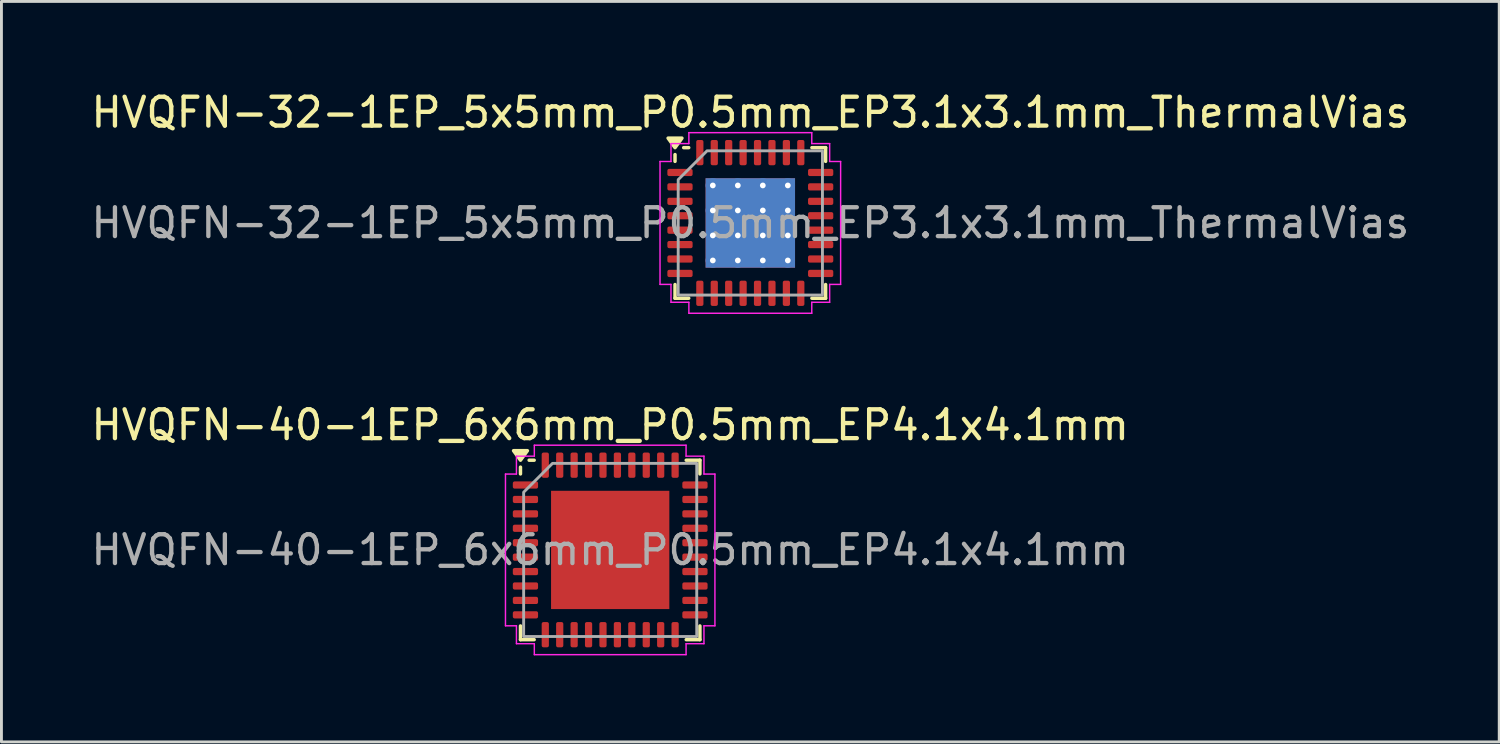
<source format=kicad_pcb>
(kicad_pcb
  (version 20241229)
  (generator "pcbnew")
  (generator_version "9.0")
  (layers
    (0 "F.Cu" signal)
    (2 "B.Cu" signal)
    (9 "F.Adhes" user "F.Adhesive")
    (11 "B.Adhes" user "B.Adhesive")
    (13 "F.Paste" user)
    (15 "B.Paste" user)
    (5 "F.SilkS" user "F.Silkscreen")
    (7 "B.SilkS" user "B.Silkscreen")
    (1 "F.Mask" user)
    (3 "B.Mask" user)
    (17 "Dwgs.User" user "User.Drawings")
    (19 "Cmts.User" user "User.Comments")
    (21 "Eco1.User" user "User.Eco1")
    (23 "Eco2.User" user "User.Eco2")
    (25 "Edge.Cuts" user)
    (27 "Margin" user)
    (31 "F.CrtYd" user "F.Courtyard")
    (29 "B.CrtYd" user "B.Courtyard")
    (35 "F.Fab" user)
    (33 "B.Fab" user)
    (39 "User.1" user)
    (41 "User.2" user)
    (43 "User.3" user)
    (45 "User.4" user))
  (footprint "HVQFN-40-1EP_6x6mm_P0.5mm_EP4.1x4.1mm"
    (layer "F.Cu")
    (at 18.101 16.012)
    (property "Reference" "HVQFN-40-1EP_6x6mm_P0.5mm_EP4.1x4.1mm" (at 0 -4.33 0) (layer "F.SilkS") (effects (font (size 1 1) (thickness 0.15))))
    (attr smd)
    (fp_line (start -3.11 -2.635) (end -3.11 -2.87) (stroke (width 0.12) (type solid)) (layer "F.SilkS"))
    (fp_line (start -3.11 3.11) (end -3.11 2.635) (stroke (width 0.12) (type solid)) (layer "F.SilkS"))
    (fp_line (start -2.635 -3.11) (end -2.81 -3.11) (stroke (width 0.12) (type solid)) (layer "F.SilkS"))
    (fp_line (start -2.635 3.11) (end -3.11 3.11) (stroke (width 0.12) (type solid)) (layer "F.SilkS"))
    (fp_line (start 2.635 -3.11) (end 3.11 -3.11) (stroke (width 0.12) (type solid)) (layer "F.SilkS"))
    (fp_line (start 2.635 3.11) (end 3.11 3.11) (stroke (width 0.12) (type solid)) (layer "F.SilkS"))
    (fp_line (start 3.11 -3.11) (end 3.11 -2.635) (stroke (width 0.12) (type solid)) (layer "F.SilkS"))
    (fp_line (start 3.11 3.11) (end 3.11 2.635) (stroke (width 0.12) (type solid)) (layer "F.SilkS"))
    (fp_poly (pts (xy -3.11 -3.11) (xy -3.35 -3.44) (xy -2.87 -3.44)) (stroke (width 0.12) (type solid)) (fill yes) (layer "F.SilkS"))
    (fp_line (start -3.63 -2.63) (end -3.25 -2.63) (stroke (width 0.05) (type solid)) (layer "F.CrtYd"))
    (fp_line (start -3.63 2.63) (end -3.63 -2.63) (stroke (width 0.05) (type solid)) (layer "F.CrtYd"))
    (fp_line (start -3.25 -3.25) (end -2.63 -3.25) (stroke (width 0.05) (type solid)) (layer "F.CrtYd"))
    (fp_line (start -3.25 -2.63) (end -3.25 -3.25) (stroke (width 0.05) (type solid)) (layer "F.CrtYd"))
    (fp_line (start -3.25 2.63) (end -3.63 2.63) (stroke (width 0.05) (type solid)) (layer "F.CrtYd"))
    (fp_line (start -3.25 3.25) (end -3.25 2.63) (stroke (width 0.05) (type solid)) (layer "F.CrtYd"))
    (fp_line (start -2.63 -3.63) (end 2.63 -3.63) (stroke (width 0.05) (type solid)) (layer "F.CrtYd"))
    (fp_line (start -2.63 -3.25) (end -2.63 -3.63) (stroke (width 0.05) (type solid)) (layer "F.CrtYd"))
    (fp_line (start -2.63 3.25) (end -3.25 3.25) (stroke (width 0.05) (type solid)) (layer "F.CrtYd"))
    (fp_line (start -2.63 3.63) (end -2.63 3.25) (stroke (width 0.05) (type solid)) (layer "F.CrtYd"))
    (fp_line (start 2.63 -3.63) (end 2.63 -3.25) (stroke (width 0.05) (type solid)) (layer "F.CrtYd"))
    (fp_line (start 2.63 -3.25) (end 3.25 -3.25) (stroke (width 0.05) (type solid)) (layer "F.CrtYd"))
    (fp_line (start 2.63 3.25) (end 2.63 3.63) (stroke (width 0.05) (type solid)) (layer "F.CrtYd"))
    (fp_line (start 2.63 3.63) (end -2.63 3.63) (stroke (width 0.05) (type solid)) (layer "F.CrtYd"))
    (fp_line (start 3.25 -3.25) (end 3.25 -2.63) (stroke (width 0.05) (type solid)) (layer "F.CrtYd"))
    (fp_line (start 3.25 -2.63) (end 3.63 -2.63) (stroke (width 0.05) (type solid)) (layer "F.CrtYd"))
    (fp_line (start 3.25 2.63) (end 3.25 3.25) (stroke (width 0.05) (type solid)) (layer "F.CrtYd"))
    (fp_line (start 3.25 3.25) (end 2.63 3.25) (stroke (width 0.05) (type solid)) (layer "F.CrtYd"))
    (fp_line (start 3.63 -2.63) (end 3.63 2.63) (stroke (width 0.05) (type solid)) (layer "F.CrtYd"))
    (fp_line (start 3.63 2.63) (end 3.25 2.63) (stroke (width 0.05) (type solid)) (layer "F.CrtYd"))
    (fp_poly (pts (xy -3 -2) (xy -3 3) (xy 3 3) (xy 3 -3) (xy -2 -3)) (stroke (width 0.1) (type solid)) (fill no) (layer "F.Fab"))
    (fp_text user "${REFERENCE}" (at 0 0 0) (layer "F.Fab") (effects (font (size 1 1) (thickness 0.15))))
    (pad "" smd roundrect (at -1.37 -1.37) (size 1.1 1.1) (layers "F.Paste") (roundrect_rratio 0.227))
    (pad "" smd roundrect (at -1.37 0) (size 1.1 1.1) (layers "F.Paste") (roundrect_rratio 0.227))
    (pad "" smd roundrect (at -1.37 1.37) (size 1.1 1.1) (layers "F.Paste") (roundrect_rratio 0.227))
    (pad "" smd roundrect (at 0 -1.37) (size 1.1 1.1) (layers "F.Paste") (roundrect_rratio 0.227))
    (pad "" smd roundrect (at 0 0) (size 1.1 1.1) (layers "F.Paste") (roundrect_rratio 0.227))
    (pad "" smd roundrect (at 0 1.37) (size 1.1 1.1) (layers "F.Paste") (roundrect_rratio 0.227))
    (pad "" smd roundrect (at 1.37 -1.37) (size 1.1 1.1) (layers "F.Paste") (roundrect_rratio 0.227))
    (pad "" smd roundrect (at 1.37 0) (size 1.1 1.1) (layers "F.Paste") (roundrect_rratio 0.227))
    (pad "" smd roundrect (at 1.37 1.37) (size 1.1 1.1) (layers "F.Paste") (roundrect_rratio 0.227))
    (pad "1" smd roundrect (at -2.938 -2.25) (size 0.875 0.25) (layers "F.Cu" "F.Mask" "F.Paste") (roundrect_rratio 0.25))
    (pad "2" smd roundrect (at -2.938 -1.75) (size 0.875 0.25) (layers "F.Cu" "F.Mask" "F.Paste") (roundrect_rratio 0.25))
    (pad "3" smd roundrect (at -2.938 -1.25) (size 0.875 0.25) (layers "F.Cu" "F.Mask" "F.Paste") (roundrect_rratio 0.25))
    (pad "4" smd roundrect (at -2.938 -0.75) (size 0.875 0.25) (layers "F.Cu" "F.Mask" "F.Paste") (roundrect_rratio 0.25))
    (pad "5" smd roundrect (at -2.938 -0.25) (size 0.875 0.25) (layers "F.Cu" "F.Mask" "F.Paste") (roundrect_rratio 0.25))
    (pad "6" smd roundrect (at -2.938 0.25) (size 0.875 0.25) (layers "F.Cu" "F.Mask" "F.Paste") (roundrect_rratio 0.25))
    (pad "7" smd roundrect (at -2.938 0.75) (size 0.875 0.25) (layers "F.Cu" "F.Mask" "F.Paste") (roundrect_rratio 0.25))
    (pad "8" smd roundrect (at -2.938 1.25) (size 0.875 0.25) (layers "F.Cu" "F.Mask" "F.Paste") (roundrect_rratio 0.25))
    (pad "9" smd roundrect (at -2.938 1.75) (size 0.875 0.25) (layers "F.Cu" "F.Mask" "F.Paste") (roundrect_rratio 0.25))
    (pad "10" smd roundrect (at -2.938 2.25) (size 0.875 0.25) (layers "F.Cu" "F.Mask" "F.Paste") (roundrect_rratio 0.25))
    (pad "11" smd roundrect (at -2.25 2.938) (size 0.25 0.875) (layers "F.Cu" "F.Mask" "F.Paste") (roundrect_rratio 0.25))
    (pad "12" smd roundrect (at -1.75 2.938) (size 0.25 0.875) (layers "F.Cu" "F.Mask" "F.Paste") (roundrect_rratio 0.25))
    (pad "13" smd roundrect (at -1.25 2.938) (size 0.25 0.875) (layers "F.Cu" "F.Mask" "F.Paste") (roundrect_rratio 0.25))
    (pad "14" smd roundrect (at -0.75 2.938) (size 0.25 0.875) (layers "F.Cu" "F.Mask" "F.Paste") (roundrect_rratio 0.25))
    (pad "15" smd roundrect (at -0.25 2.938) (size 0.25 0.875) (layers "F.Cu" "F.Mask" "F.Paste") (roundrect_rratio 0.25))
    (pad "16" smd roundrect (at 0.25 2.938) (size 0.25 0.875) (layers "F.Cu" "F.Mask" "F.Paste") (roundrect_rratio 0.25))
    (pad "17" smd roundrect (at 0.75 2.938) (size 0.25 0.875) (layers "F.Cu" "F.Mask" "F.Paste") (roundrect_rratio 0.25))
    (pad "18" smd roundrect (at 1.25 2.938) (size 0.25 0.875) (layers "F.Cu" "F.Mask" "F.Paste") (roundrect_rratio 0.25))
    (pad "19" smd roundrect (at 1.75 2.938) (size 0.25 0.875) (layers "F.Cu" "F.Mask" "F.Paste") (roundrect_rratio 0.25))
    (pad "20" smd roundrect (at 2.25 2.938) (size 0.25 0.875) (layers "F.Cu" "F.Mask" "F.Paste") (roundrect_rratio 0.25))
    (pad "21" smd roundrect (at 2.938 2.25) (size 0.875 0.25) (layers "F.Cu" "F.Mask" "F.Paste") (roundrect_rratio 0.25))
    (pad "22" smd roundrect (at 2.938 1.75) (size 0.875 0.25) (layers "F.Cu" "F.Mask" "F.Paste") (roundrect_rratio 0.25))
    (pad "23" smd roundrect (at 2.938 1.25) (size 0.875 0.25) (layers "F.Cu" "F.Mask" "F.Paste") (roundrect_rratio 0.25))
    (pad "24" smd roundrect (at 2.938 0.75) (size 0.875 0.25) (layers "F.Cu" "F.Mask" "F.Paste") (roundrect_rratio 0.25))
    (pad "25" smd roundrect (at 2.938 0.25) (size 0.875 0.25) (layers "F.Cu" "F.Mask" "F.Paste") (roundrect_rratio 0.25))
    (pad "26" smd roundrect (at 2.938 -0.25) (size 0.875 0.25) (layers "F.Cu" "F.Mask" "F.Paste") (roundrect_rratio 0.25))
    (pad "27" smd roundrect (at 2.938 -0.75) (size 0.875 0.25) (layers "F.Cu" "F.Mask" "F.Paste") (roundrect_rratio 0.25))
    (pad "28" smd roundrect (at 2.938 -1.25) (size 0.875 0.25) (layers "F.Cu" "F.Mask" "F.Paste") (roundrect_rratio 0.25))
    (pad "29" smd roundrect (at 2.938 -1.75) (size 0.875 0.25) (layers "F.Cu" "F.Mask" "F.Paste") (roundrect_rratio 0.25))
    (pad "30" smd roundrect (at 2.938 -2.25) (size 0.875 0.25) (layers "F.Cu" "F.Mask" "F.Paste") (roundrect_rratio 0.25))
    (pad "31" smd roundrect (at 2.25 -2.938) (size 0.25 0.875) (layers "F.Cu" "F.Mask" "F.Paste") (roundrect_rratio 0.25))
    (pad "32" smd roundrect (at 1.75 -2.938) (size 0.25 0.875) (layers "F.Cu" "F.Mask" "F.Paste") (roundrect_rratio 0.25))
    (pad "33" smd roundrect (at 1.25 -2.938) (size 0.25 0.875) (layers "F.Cu" "F.Mask" "F.Paste") (roundrect_rratio 0.25))
    (pad "34" smd roundrect (at 0.75 -2.938) (size 0.25 0.875) (layers "F.Cu" "F.Mask" "F.Paste") (roundrect_rratio 0.25))
    (pad "35" smd roundrect (at 0.25 -2.938) (size 0.25 0.875) (layers "F.Cu" "F.Mask" "F.Paste") (roundrect_rratio 0.25))
    (pad "36" smd roundrect (at -0.25 -2.938) (size 0.25 0.875) (layers "F.Cu" "F.Mask" "F.Paste") (roundrect_rratio 0.25))
    (pad "37" smd roundrect (at -0.75 -2.938) (size 0.25 0.875) (layers "F.Cu" "F.Mask" "F.Paste") (roundrect_rratio 0.25))
    (pad "38" smd roundrect (at -1.25 -2.938) (size 0.25 0.875) (layers "F.Cu" "F.Mask" "F.Paste") (roundrect_rratio 0.25))
    (pad "39" smd roundrect (at -1.75 -2.938) (size 0.25 0.875) (layers "F.Cu" "F.Mask" "F.Paste") (roundrect_rratio 0.25))
    (pad "40" smd roundrect (at -2.25 -2.938) (size 0.25 0.875) (layers "F.Cu" "F.Mask" "F.Paste") (roundrect_rratio 0.25))
    (pad "41" smd rect (at 0 0) (size 4.1 4.1) (property pad_prop_heatsink) (layers "F.Cu" "F.Mask")))
  (footprint "HVQFN-32-1EP_5x5mm_P0.5mm_EP3.1x3.1mm_ThermalVias"
    (layer "F.Cu")
    (at 22.958 4.678)
    (property "Reference" "HVQFN-32-1EP_5x5mm_P0.5mm_EP3.1x3.1mm_ThermalVias" (at 0 -3.83 0) (layer "F.SilkS") (effects (font (size 1 1) (thickness 0.15))))
    (attr smd)
    (fp_line (start -2.61 -2.135) (end -2.61 -2.37) (stroke (width 0.12) (type solid)) (layer "F.SilkS"))
    (fp_line (start -2.61 2.61) (end -2.61 2.135) (stroke (width 0.12) (type solid)) (layer "F.SilkS"))
    (fp_line (start -2.135 -2.61) (end -2.31 -2.61) (stroke (width 0.12) (type solid)) (layer "F.SilkS"))
    (fp_line (start -2.135 2.61) (end -2.61 2.61) (stroke (width 0.12) (type solid)) (layer "F.SilkS"))
    (fp_line (start 2.135 -2.61) (end 2.61 -2.61) (stroke (width 0.12) (type solid)) (layer "F.SilkS"))
    (fp_line (start 2.135 2.61) (end 2.61 2.61) (stroke (width 0.12) (type solid)) (layer "F.SilkS"))
    (fp_line (start 2.61 -2.61) (end 2.61 -2.135) (stroke (width 0.12) (type solid)) (layer "F.SilkS"))
    (fp_line (start 2.61 2.61) (end 2.61 2.135) (stroke (width 0.12) (type solid)) (layer "F.SilkS"))
    (fp_poly (pts (xy -2.61 -2.61) (xy -2.85 -2.94) (xy -2.37 -2.94)) (stroke (width 0.12) (type solid)) (fill yes) (layer "F.SilkS"))
    (fp_line (start -3.13 -2.13) (end -2.75 -2.13) (stroke (width 0.05) (type solid)) (layer "F.CrtYd"))
    (fp_line (start -3.13 2.13) (end -3.13 -2.13) (stroke (width 0.05) (type solid)) (layer "F.CrtYd"))
    (fp_line (start -2.75 -2.75) (end -2.13 -2.75) (stroke (width 0.05) (type solid)) (layer "F.CrtYd"))
    (fp_line (start -2.75 -2.13) (end -2.75 -2.75) (stroke (width 0.05) (type solid)) (layer "F.CrtYd"))
    (fp_line (start -2.75 2.13) (end -3.13 2.13) (stroke (width 0.05) (type solid)) (layer "F.CrtYd"))
    (fp_line (start -2.75 2.75) (end -2.75 2.13) (stroke (width 0.05) (type solid)) (layer "F.CrtYd"))
    (fp_line (start -2.13 -3.13) (end 2.13 -3.13) (stroke (width 0.05) (type solid)) (layer "F.CrtYd"))
    (fp_line (start -2.13 -2.75) (end -2.13 -3.13) (stroke (width 0.05) (type solid)) (layer "F.CrtYd"))
    (fp_line (start -2.13 2.75) (end -2.75 2.75) (stroke (width 0.05) (type solid)) (layer "F.CrtYd"))
    (fp_line (start -2.13 3.13) (end -2.13 2.75) (stroke (width 0.05) (type solid)) (layer "F.CrtYd"))
    (fp_line (start 2.13 -3.13) (end 2.13 -2.75) (stroke (width 0.05) (type solid)) (layer "F.CrtYd"))
    (fp_line (start 2.13 -2.75) (end 2.75 -2.75) (stroke (width 0.05) (type solid)) (layer "F.CrtYd"))
    (fp_line (start 2.13 2.75) (end 2.13 3.13) (stroke (width 0.05) (type solid)) (layer "F.CrtYd"))
    (fp_line (start 2.13 3.13) (end -2.13 3.13) (stroke (width 0.05) (type solid)) (layer "F.CrtYd"))
    (fp_line (start 2.75 -2.75) (end 2.75 -2.13) (stroke (width 0.05) (type solid)) (layer "F.CrtYd"))
    (fp_line (start 2.75 -2.13) (end 3.13 -2.13) (stroke (width 0.05) (type solid)) (layer "F.CrtYd"))
    (fp_line (start 2.75 2.13) (end 2.75 2.75) (stroke (width 0.05) (type solid)) (layer "F.CrtYd"))
    (fp_line (start 2.75 2.75) (end 2.13 2.75) (stroke (width 0.05) (type solid)) (layer "F.CrtYd"))
    (fp_line (start 3.13 -2.13) (end 3.13 2.13) (stroke (width 0.05) (type solid)) (layer "F.CrtYd"))
    (fp_line (start 3.13 2.13) (end 2.75 2.13) (stroke (width 0.05) (type solid)) (layer "F.CrtYd"))
    (fp_poly (pts (xy -2.5 -1.5) (xy -2.5 2.5) (xy 2.5 2.5) (xy 2.5 -2.5) (xy -1.5 -2.5)) (stroke (width 0.1) (type solid)) (fill no) (layer "F.Fab"))
    (fp_text user "${REFERENCE}" (at 0 0 0) (layer "F.Fab") (effects (font (size 1 1) (thickness 0.15))))
    (pad "" smd roundrect (at -1.03 -1.03) (size 0.77 0.77) (layers "F.Paste") (roundrect_rratio 0.25))
    (pad "" smd roundrect (at -1.03 0) (size 0.77 0.77) (layers "F.Paste") (roundrect_rratio 0.25))
    (pad "" smd roundrect (at -1.03 1.03) (size 0.77 0.77) (layers "F.Paste") (roundrect_rratio 0.25))
    (pad "" smd roundrect (at 0 -1.03) (size 0.77 0.77) (layers "F.Paste") (roundrect_rratio 0.25))
    (pad "" smd roundrect (at 0 0) (size 0.77 0.77) (layers "F.Paste") (roundrect_rratio 0.25))
    (pad "" smd roundrect (at 0 1.03) (size 0.77 0.77) (layers "F.Paste") (roundrect_rratio 0.25))
    (pad "" smd roundrect (at 1.03 -1.03) (size 0.77 0.77) (layers "F.Paste") (roundrect_rratio 0.25))
    (pad "" smd roundrect (at 1.03 0) (size 0.77 0.77) (layers "F.Paste") (roundrect_rratio 0.25))
    (pad "" smd roundrect (at 1.03 1.03) (size 0.77 0.77) (layers "F.Paste") (roundrect_rratio 0.25))
    (pad "1" smd roundrect (at -2.438 -1.75) (size 0.875 0.25) (layers "F.Cu" "F.Mask" "F.Paste") (roundrect_rratio 0.25))
    (pad "2" smd roundrect (at -2.438 -1.25) (size 0.875 0.25) (layers "F.Cu" "F.Mask" "F.Paste") (roundrect_rratio 0.25))
    (pad "3" smd roundrect (at -2.438 -0.75) (size 0.875 0.25) (layers "F.Cu" "F.Mask" "F.Paste") (roundrect_rratio 0.25))
    (pad "4" smd roundrect (at -2.438 -0.25) (size 0.875 0.25) (layers "F.Cu" "F.Mask" "F.Paste") (roundrect_rratio 0.25))
    (pad "5" smd roundrect (at -2.438 0.25) (size 0.875 0.25) (layers "F.Cu" "F.Mask" "F.Paste") (roundrect_rratio 0.25))
    (pad "6" smd roundrect (at -2.438 0.75) (size 0.875 0.25) (layers "F.Cu" "F.Mask" "F.Paste") (roundrect_rratio 0.25))
    (pad "7" smd roundrect (at -2.438 1.25) (size 0.875 0.25) (layers "F.Cu" "F.Mask" "F.Paste") (roundrect_rratio 0.25))
    (pad "8" smd roundrect (at -2.438 1.75) (size 0.875 0.25) (layers "F.Cu" "F.Mask" "F.Paste") (roundrect_rratio 0.25))
    (pad "9" smd roundrect (at -1.75 2.438) (size 0.25 0.875) (layers "F.Cu" "F.Mask" "F.Paste") (roundrect_rratio 0.25))
    (pad "10" smd roundrect (at -1.25 2.438) (size 0.25 0.875) (layers "F.Cu" "F.Mask" "F.Paste") (roundrect_rratio 0.25))
    (pad "11" smd roundrect (at -0.75 2.438) (size 0.25 0.875) (layers "F.Cu" "F.Mask" "F.Paste") (roundrect_rratio 0.25))
    (pad "12" smd roundrect (at -0.25 2.438) (size 0.25 0.875) (layers "F.Cu" "F.Mask" "F.Paste") (roundrect_rratio 0.25))
    (pad "13" smd roundrect (at 0.25 2.438) (size 0.25 0.875) (layers "F.Cu" "F.Mask" "F.Paste") (roundrect_rratio 0.25))
    (pad "14" smd roundrect (at 0.75 2.438) (size 0.25 0.875) (layers "F.Cu" "F.Mask" "F.Paste") (roundrect_rratio 0.25))
    (pad "15" smd roundrect (at 1.25 2.438) (size 0.25 0.875) (layers "F.Cu" "F.Mask" "F.Paste") (roundrect_rratio 0.25))
    (pad "16" smd roundrect (at 1.75 2.438) (size 0.25 0.875) (layers "F.Cu" "F.Mask" "F.Paste") (roundrect_rratio 0.25))
    (pad "17" smd roundrect (at 2.438 1.75) (size 0.875 0.25) (layers "F.Cu" "F.Mask" "F.Paste") (roundrect_rratio 0.25))
    (pad "18" smd roundrect (at 2.438 1.25) (size 0.875 0.25) (layers "F.Cu" "F.Mask" "F.Paste") (roundrect_rratio 0.25))
    (pad "19" smd roundrect (at 2.438 0.75) (size 0.875 0.25) (layers "F.Cu" "F.Mask" "F.Paste") (roundrect_rratio 0.25))
    (pad "20" smd roundrect (at 2.438 0.25) (size 0.875 0.25) (layers "F.Cu" "F.Mask" "F.Paste") (roundrect_rratio 0.25))
    (pad "21" smd roundrect (at 2.438 -0.25) (size 0.875 0.25) (layers "F.Cu" "F.Mask" "F.Paste") (roundrect_rratio 0.25))
    (pad "22" smd roundrect (at 2.438 -0.75) (size 0.875 0.25) (layers "F.Cu" "F.Mask" "F.Paste") (roundrect_rratio 0.25))
    (pad "23" smd roundrect (at 2.438 -1.25) (size 0.875 0.25) (layers "F.Cu" "F.Mask" "F.Paste") (roundrect_rratio 0.25))
    (pad "24" smd roundrect (at 2.438 -1.75) (size 0.875 0.25) (layers "F.Cu" "F.Mask" "F.Paste") (roundrect_rratio 0.25))
    (pad "25" smd roundrect (at 1.75 -2.438) (size 0.25 0.875) (layers "F.Cu" "F.Mask" "F.Paste") (roundrect_rratio 0.25))
    (pad "26" smd roundrect (at 1.25 -2.438) (size 0.25 0.875) (layers "F.Cu" "F.Mask" "F.Paste") (roundrect_rratio 0.25))
    (pad "27" smd roundrect (at 0.75 -2.438) (size 0.25 0.875) (layers "F.Cu" "F.Mask" "F.Paste") (roundrect_rratio 0.25))
    (pad "28" smd roundrect (at 0.25 -2.438) (size 0.25 0.875) (layers "F.Cu" "F.Mask" "F.Paste") (roundrect_rratio 0.25))
    (pad "29" smd roundrect (at -0.25 -2.438) (size 0.25 0.875) (layers "F.Cu" "F.Mask" "F.Paste") (roundrect_rratio 0.25))
    (pad "30" smd roundrect (at -0.75 -2.438) (size 0.25 0.875) (layers "F.Cu" "F.Mask" "F.Paste") (roundrect_rratio 0.25))
    (pad "31" smd roundrect (at -1.25 -2.438) (size 0.25 0.875) (layers "F.Cu" "F.Mask" "F.Paste") (roundrect_rratio 0.25))
    (pad "32" smd roundrect (at -1.75 -2.438) (size 0.25 0.875) (layers "F.Cu" "F.Mask" "F.Paste") (roundrect_rratio 0.25))
    (pad "33" thru_hole circle (at -1.3 -1.3) (size 0.5 0.5) (drill 0.2) (property pad_prop_heatsink) (layers "*.Cu"))
    (pad "33" thru_hole circle (at -1.3 -0.433) (size 0.5 0.5) (drill 0.2) (property pad_prop_heatsink) (layers "*.Cu"))
    (pad "33" thru_hole circle (at -1.3 0.433) (size 0.5 0.5) (drill 0.2) (property pad_prop_heatsink) (layers "*.Cu"))
    (pad "33" thru_hole circle (at -1.3 1.3) (size 0.5 0.5) (drill 0.2) (property pad_prop_heatsink) (layers "*.Cu"))
    (pad "33" thru_hole circle (at -0.433 -1.3) (size 0.5 0.5) (drill 0.2) (property pad_prop_heatsink) (layers "*.Cu"))
    (pad "33" thru_hole circle (at -0.433 -0.433) (size 0.5 0.5) (drill 0.2) (property pad_prop_heatsink) (layers "*.Cu"))
    (pad "33" thru_hole circle (at -0.433 0.433) (size 0.5 0.5) (drill 0.2) (property pad_prop_heatsink) (layers "*.Cu"))
    (pad "33" thru_hole circle (at -0.433 1.3) (size 0.5 0.5) (drill 0.2) (property pad_prop_heatsink) (layers "*.Cu"))
    (pad "33" smd rect (at 0 0) (size 3.1 3.1) (property pad_prop_heatsink) (layers "F.Cu" "F.Mask"))
    (pad "33" smd rect (at 0 0) (size 3.1 3.1) (property pad_prop_heatsink) (layers "B.Cu"))
    (pad "33" thru_hole circle (at 0.433 -1.3) (size 0.5 0.5) (drill 0.2) (property pad_prop_heatsink) (layers "*.Cu"))
    (pad "33" thru_hole circle (at 0.433 -0.433) (size 0.5 0.5) (drill 0.2) (property pad_prop_heatsink) (layers "*.Cu"))
    (pad "33" thru_hole circle (at 0.433 0.433) (size 0.5 0.5) (drill 0.2) (property pad_prop_heatsink) (layers "*.Cu"))
    (pad "33" thru_hole circle (at 0.433 1.3) (size 0.5 0.5) (drill 0.2) (property pad_prop_heatsink) (layers "*.Cu"))
    (pad "33" thru_hole circle (at 1.3 -1.3) (size 0.5 0.5) (drill 0.2) (property pad_prop_heatsink) (layers "*.Cu"))
    (pad "33" thru_hole circle (at 1.3 -0.433) (size 0.5 0.5) (drill 0.2) (property pad_prop_heatsink) (layers "*.Cu"))
    (pad "33" thru_hole circle (at 1.3 0.433) (size 0.5 0.5) (drill 0.2) (property pad_prop_heatsink) (layers "*.Cu"))
    (pad "33" thru_hole circle (at 1.3 1.3) (size 0.5 0.5) (drill 0.2) (property pad_prop_heatsink) (layers "*.Cu")))
  (gr_rect
    (start -3 -3)
    (end 48.917 22.666)
    (stroke (width 0.1) (type default))
    (fill no)
    (layer "Edge.Cuts")))
</source>
